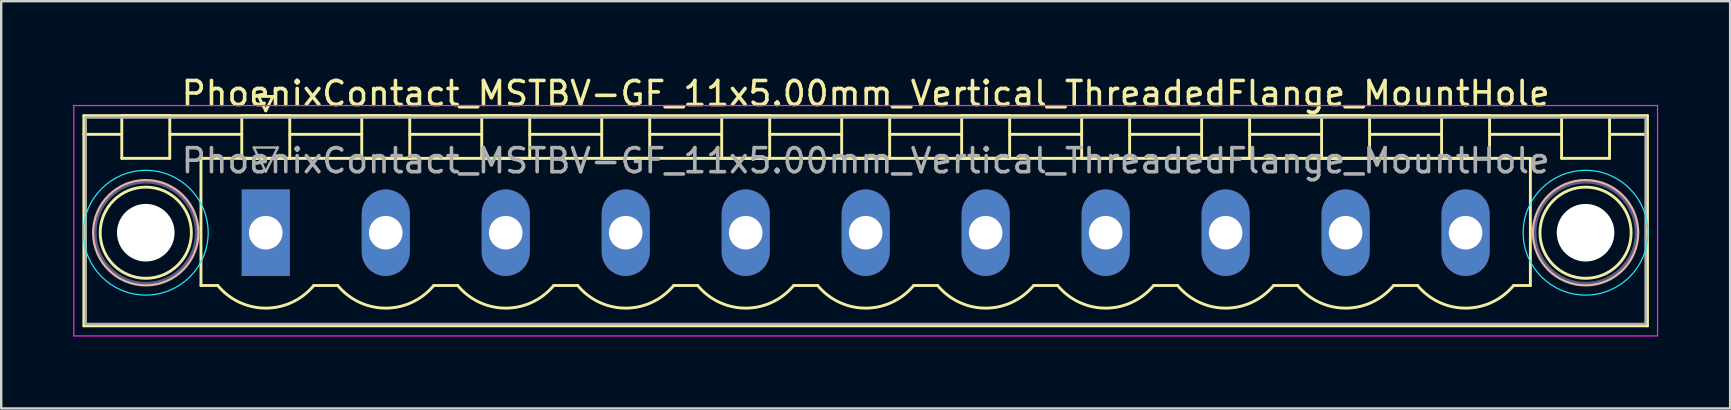
<source format=kicad_pcb>
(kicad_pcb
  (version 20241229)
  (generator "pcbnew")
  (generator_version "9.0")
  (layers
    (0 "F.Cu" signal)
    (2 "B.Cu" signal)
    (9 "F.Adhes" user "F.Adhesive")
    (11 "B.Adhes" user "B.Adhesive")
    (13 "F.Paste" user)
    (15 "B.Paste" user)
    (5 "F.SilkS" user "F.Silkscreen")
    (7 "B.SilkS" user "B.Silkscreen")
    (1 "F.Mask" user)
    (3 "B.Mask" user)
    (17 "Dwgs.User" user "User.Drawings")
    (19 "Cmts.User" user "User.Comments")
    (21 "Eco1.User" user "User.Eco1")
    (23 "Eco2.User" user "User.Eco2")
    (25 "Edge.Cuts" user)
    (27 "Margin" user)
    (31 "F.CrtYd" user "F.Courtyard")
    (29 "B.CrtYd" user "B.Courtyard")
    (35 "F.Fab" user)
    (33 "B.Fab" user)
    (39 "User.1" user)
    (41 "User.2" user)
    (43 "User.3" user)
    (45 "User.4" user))
  (footprint "PhoenixContact_MSTBV-GF_11x5.00mm_Vertical_ThreadedFlange_MountHole"
    (layer "F.Cu")
    (at 8.025 6.648)
    (property "Reference" "PhoenixContact_MSTBV-GF_11x5.00mm_Vertical_ThreadedFlange_MountHole" (at 25 -5.8 0) (layer "F.SilkS") (effects (font (size 1 1) (thickness 0.15))))
    (attr through_hole)
    (fp_line (start -7.58 -4.88) (end -7.58 3.88) (stroke (width 0.12) (type solid)) (layer "F.SilkS"))
    (fp_line (start -7.58 -4.1) (end -6.08 -4.1) (stroke (width 0.12) (type solid)) (layer "F.SilkS"))
    (fp_line (start -7.58 3.88) (end 57.58 3.88) (stroke (width 0.12) (type solid)) (layer "F.SilkS"))
    (fp_line (start -6 -4.88) (end -4 -4.88) (stroke (width 0.12) (type solid)) (layer "F.SilkS"))
    (fp_line (start -6 -3.1) (end -6 -4.88) (stroke (width 0.12) (type solid)) (layer "F.SilkS"))
    (fp_line (start -4 -4.88) (end -4 -3.1) (stroke (width 0.12) (type solid)) (layer "F.SilkS"))
    (fp_line (start -4 -4.1) (end -1 -4.1) (stroke (width 0.12) (type solid)) (layer "F.SilkS"))
    (fp_line (start -4 -3.1) (end -6 -3.1) (stroke (width 0.12) (type solid)) (layer "F.SilkS"))
    (fp_line (start -2.7 -3.1) (end 52.7 -3.1) (stroke (width 0.12) (type solid)) (layer "F.SilkS"))
    (fp_line (start -2.7 2.2) (end -2.7 -3.1) (stroke (width 0.12) (type solid)) (layer "F.SilkS"))
    (fp_line (start -2 2.2) (end -2.7 2.2) (stroke (width 0.12) (type solid)) (layer "F.SilkS"))
    (fp_line (start -1 -4.88) (end 1 -4.88) (stroke (width 0.12) (type solid)) (layer "F.SilkS"))
    (fp_line (start -1 -3.1) (end -1 -4.88) (stroke (width 0.12) (type solid)) (layer "F.SilkS"))
    (fp_line (start -0.3 -5.68) (end 0.3 -5.68) (stroke (width 0.12) (type solid)) (layer "F.SilkS"))
    (fp_line (start 0 -5.08) (end -0.3 -5.68) (stroke (width 0.12) (type solid)) (layer "F.SilkS"))
    (fp_line (start 0.3 -5.68) (end 0 -5.08) (stroke (width 0.12) (type solid)) (layer "F.SilkS"))
    (fp_line (start 1 -4.88) (end 1 -3.1) (stroke (width 0.12) (type solid)) (layer "F.SilkS"))
    (fp_line (start 1 -4.1) (end 4 -4.1) (stroke (width 0.12) (type solid)) (layer "F.SilkS"))
    (fp_line (start 1 -3.1) (end -1 -3.1) (stroke (width 0.12) (type solid)) (layer "F.SilkS"))
    (fp_line (start 2 2.2) (end 3 2.2) (stroke (width 0.12) (type solid)) (layer "F.SilkS"))
    (fp_line (start 4 -4.88) (end 6 -4.88) (stroke (width 0.12) (type solid)) (layer "F.SilkS"))
    (fp_line (start 4 -3.1) (end 4 -4.88) (stroke (width 0.12) (type solid)) (layer "F.SilkS"))
    (fp_line (start 6 -4.88) (end 6 -3.1) (stroke (width 0.12) (type solid)) (layer "F.SilkS"))
    (fp_line (start 6 -4.1) (end 9 -4.1) (stroke (width 0.12) (type solid)) (layer "F.SilkS"))
    (fp_line (start 6 -3.1) (end 4 -3.1) (stroke (width 0.12) (type solid)) (layer "F.SilkS"))
    (fp_line (start 7 2.2) (end 8 2.2) (stroke (width 0.12) (type solid)) (layer "F.SilkS"))
    (fp_line (start 9 -4.88) (end 11 -4.88) (stroke (width 0.12) (type solid)) (layer "F.SilkS"))
    (fp_line (start 9 -3.1) (end 9 -4.88) (stroke (width 0.12) (type solid)) (layer "F.SilkS"))
    (fp_line (start 11 -4.88) (end 11 -3.1) (stroke (width 0.12) (type solid)) (layer "F.SilkS"))
    (fp_line (start 11 -4.1) (end 14 -4.1) (stroke (width 0.12) (type solid)) (layer "F.SilkS"))
    (fp_line (start 11 -3.1) (end 9 -3.1) (stroke (width 0.12) (type solid)) (layer "F.SilkS"))
    (fp_line (start 12 2.2) (end 13 2.2) (stroke (width 0.12) (type solid)) (layer "F.SilkS"))
    (fp_line (start 14 -4.88) (end 16 -4.88) (stroke (width 0.12) (type solid)) (layer "F.SilkS"))
    (fp_line (start 14 -3.1) (end 14 -4.88) (stroke (width 0.12) (type solid)) (layer "F.SilkS"))
    (fp_line (start 16 -4.88) (end 16 -3.1) (stroke (width 0.12) (type solid)) (layer "F.SilkS"))
    (fp_line (start 16 -4.1) (end 19 -4.1) (stroke (width 0.12) (type solid)) (layer "F.SilkS"))
    (fp_line (start 16 -3.1) (end 14 -3.1) (stroke (width 0.12) (type solid)) (layer "F.SilkS"))
    (fp_line (start 17 2.2) (end 18 2.2) (stroke (width 0.12) (type solid)) (layer "F.SilkS"))
    (fp_line (start 19 -4.88) (end 21 -4.88) (stroke (width 0.12) (type solid)) (layer "F.SilkS"))
    (fp_line (start 19 -3.1) (end 19 -4.88) (stroke (width 0.12) (type solid)) (layer "F.SilkS"))
    (fp_line (start 21 -4.88) (end 21 -3.1) (stroke (width 0.12) (type solid)) (layer "F.SilkS"))
    (fp_line (start 21 -4.1) (end 24 -4.1) (stroke (width 0.12) (type solid)) (layer "F.SilkS"))
    (fp_line (start 21 -3.1) (end 19 -3.1) (stroke (width 0.12) (type solid)) (layer "F.SilkS"))
    (fp_line (start 22 2.2) (end 23 2.2) (stroke (width 0.12) (type solid)) (layer "F.SilkS"))
    (fp_line (start 24 -4.88) (end 26 -4.88) (stroke (width 0.12) (type solid)) (layer "F.SilkS"))
    (fp_line (start 24 -3.1) (end 24 -4.88) (stroke (width 0.12) (type solid)) (layer "F.SilkS"))
    (fp_line (start 26 -4.88) (end 26 -3.1) (stroke (width 0.12) (type solid)) (layer "F.SilkS"))
    (fp_line (start 26 -4.1) (end 29 -4.1) (stroke (width 0.12) (type solid)) (layer "F.SilkS"))
    (fp_line (start 26 -3.1) (end 24 -3.1) (stroke (width 0.12) (type solid)) (layer "F.SilkS"))
    (fp_line (start 27 2.2) (end 28 2.2) (stroke (width 0.12) (type solid)) (layer "F.SilkS"))
    (fp_line (start 29 -4.88) (end 31 -4.88) (stroke (width 0.12) (type solid)) (layer "F.SilkS"))
    (fp_line (start 29 -3.1) (end 29 -4.88) (stroke (width 0.12) (type solid)) (layer "F.SilkS"))
    (fp_line (start 31 -4.88) (end 31 -3.1) (stroke (width 0.12) (type solid)) (layer "F.SilkS"))
    (fp_line (start 31 -4.1) (end 34 -4.1) (stroke (width 0.12) (type solid)) (layer "F.SilkS"))
    (fp_line (start 31 -3.1) (end 29 -3.1) (stroke (width 0.12) (type solid)) (layer "F.SilkS"))
    (fp_line (start 32 2.2) (end 33 2.2) (stroke (width 0.12) (type solid)) (layer "F.SilkS"))
    (fp_line (start 34 -4.88) (end 36 -4.88) (stroke (width 0.12) (type solid)) (layer "F.SilkS"))
    (fp_line (start 34 -3.1) (end 34 -4.88) (stroke (width 0.12) (type solid)) (layer "F.SilkS"))
    (fp_line (start 36 -4.88) (end 36 -3.1) (stroke (width 0.12) (type solid)) (layer "F.SilkS"))
    (fp_line (start 36 -4.1) (end 39 -4.1) (stroke (width 0.12) (type solid)) (layer "F.SilkS"))
    (fp_line (start 36 -3.1) (end 34 -3.1) (stroke (width 0.12) (type solid)) (layer "F.SilkS"))
    (fp_line (start 37 2.2) (end 38 2.2) (stroke (width 0.12) (type solid)) (layer "F.SilkS"))
    (fp_line (start 39 -4.88) (end 41 -4.88) (stroke (width 0.12) (type solid)) (layer "F.SilkS"))
    (fp_line (start 39 -3.1) (end 39 -4.88) (stroke (width 0.12) (type solid)) (layer "F.SilkS"))
    (fp_line (start 41 -4.88) (end 41 -3.1) (stroke (width 0.12) (type solid)) (layer "F.SilkS"))
    (fp_line (start 41 -4.1) (end 44 -4.1) (stroke (width 0.12) (type solid)) (layer "F.SilkS"))
    (fp_line (start 41 -3.1) (end 39 -3.1) (stroke (width 0.12) (type solid)) (layer "F.SilkS"))
    (fp_line (start 42 2.2) (end 43 2.2) (stroke (width 0.12) (type solid)) (layer "F.SilkS"))
    (fp_line (start 44 -4.88) (end 46 -4.88) (stroke (width 0.12) (type solid)) (layer "F.SilkS"))
    (fp_line (start 44 -3.1) (end 44 -4.88) (stroke (width 0.12) (type solid)) (layer "F.SilkS"))
    (fp_line (start 46 -4.88) (end 46 -3.1) (stroke (width 0.12) (type solid)) (layer "F.SilkS"))
    (fp_line (start 46 -4.1) (end 49 -4.1) (stroke (width 0.12) (type solid)) (layer "F.SilkS"))
    (fp_line (start 46 -3.1) (end 44 -3.1) (stroke (width 0.12) (type solid)) (layer "F.SilkS"))
    (fp_line (start 47 2.2) (end 48 2.2) (stroke (width 0.12) (type solid)) (layer "F.SilkS"))
    (fp_line (start 49 -4.88) (end 51 -4.88) (stroke (width 0.12) (type solid)) (layer "F.SilkS"))
    (fp_line (start 49 -3.1) (end 49 -4.88) (stroke (width 0.12) (type solid)) (layer "F.SilkS"))
    (fp_line (start 51 -4.88) (end 51 -3.1) (stroke (width 0.12) (type solid)) (layer "F.SilkS"))
    (fp_line (start 51 -4.1) (end 54 -4.1) (stroke (width 0.12) (type solid)) (layer "F.SilkS"))
    (fp_line (start 51 -3.1) (end 49 -3.1) (stroke (width 0.12) (type solid)) (layer "F.SilkS"))
    (fp_line (start 52.7 -3.1) (end 52.7 2.2) (stroke (width 0.12) (type solid)) (layer "F.SilkS"))
    (fp_line (start 52.7 2.2) (end 52 2.2) (stroke (width 0.12) (type solid)) (layer "F.SilkS"))
    (fp_line (start 54 -4.88) (end 56 -4.88) (stroke (width 0.12) (type solid)) (layer "F.SilkS"))
    (fp_line (start 54 -3.1) (end 54 -4.88) (stroke (width 0.12) (type solid)) (layer "F.SilkS"))
    (fp_line (start 56 -4.88) (end 56 -3.1) (stroke (width 0.12) (type solid)) (layer "F.SilkS"))
    (fp_line (start 56 -3.1) (end 54 -3.1) (stroke (width 0.12) (type solid)) (layer "F.SilkS"))
    (fp_line (start 57.58 -4.88) (end -7.58 -4.88) (stroke (width 0.12) (type solid)) (layer "F.SilkS"))
    (fp_line (start 57.58 -4.1) (end 56.08 -4.1) (stroke (width 0.12) (type solid)) (layer "F.SilkS"))
    (fp_line (start 57.58 3.88) (end 57.58 -4.88) (stroke (width 0.12) (type solid)) (layer "F.SilkS"))
    (fp_arc (start 1.986842 2.215821) (mid -0.010289 3.142758) (end -2 2.2) (stroke (width 0.12) (type solid)) (layer "F.SilkS"))
    (fp_arc (start 6.986842 2.215821) (mid 4.989711 3.142758) (end 3 2.2) (stroke (width 0.12) (type solid)) (layer "F.SilkS"))
    (fp_arc (start 11.986842 2.215821) (mid 9.989711 3.142758) (end 8 2.2) (stroke (width 0.12) (type solid)) (layer "F.SilkS"))
    (fp_arc (start 16.986842 2.215821) (mid 14.989711 3.142758) (end 13 2.2) (stroke (width 0.12) (type solid)) (layer "F.SilkS"))
    (fp_arc (start 21.986842 2.215821) (mid 19.989711 3.142758) (end 18 2.2) (stroke (width 0.12) (type solid)) (layer "F.SilkS"))
    (fp_arc (start 26.986842 2.215821) (mid 24.989711 3.142758) (end 23 2.2) (stroke (width 0.12) (type solid)) (layer "F.SilkS"))
    (fp_arc (start 31.986842 2.215821) (mid 29.989711 3.142758) (end 28 2.2) (stroke (width 0.12) (type solid)) (layer "F.SilkS"))
    (fp_arc (start 36.986842 2.215821) (mid 34.989711 3.142758) (end 33 2.2) (stroke (width 0.12) (type solid)) (layer "F.SilkS"))
    (fp_arc (start 41.986842 2.215821) (mid 39.989711 3.142758) (end 38 2.2) (stroke (width 0.12) (type solid)) (layer "F.SilkS"))
    (fp_arc (start 46.986842 2.215821) (mid 44.989711 3.142758) (end 43 2.2) (stroke (width 0.12) (type solid)) (layer "F.SilkS"))
    (fp_arc (start 51.986842 2.215821) (mid 49.989711 3.142758) (end 48 2.2) (stroke (width 0.12) (type solid)) (layer "F.SilkS"))
    (fp_circle (center -5 0) (end -3.1 0) (stroke (width 0.12) (type solid)) (fill no) (layer "F.SilkS"))
    (fp_circle (center 55 0) (end 56.9 0) (stroke (width 0.12) (type solid)) (fill no) (layer "F.SilkS"))
    (fp_circle (center -5 0) (end -2.82 0) (stroke (width 0.12) (type solid)) (fill no) (layer "B.SilkS"))
    (fp_circle (center 55 0) (end 57.18 0) (stroke (width 0.12) (type solid)) (fill no) (layer "B.SilkS"))
    (fp_circle (center -5 0) (end -2.4 0) (stroke (width 0.05) (type solid)) (fill no) (layer "B.CrtYd"))
    (fp_circle (center 55 0) (end 57.6 0) (stroke (width 0.05) (type solid)) (fill no) (layer "B.CrtYd"))
    (fp_line (start -8 -5.3) (end -8 4.3) (stroke (width 0.05) (type solid)) (layer "F.CrtYd"))
    (fp_line (start -8 4.3) (end 58 4.3) (stroke (width 0.05) (type solid)) (layer "F.CrtYd"))
    (fp_line (start 58 -5.3) (end -8 -5.3) (stroke (width 0.05) (type solid)) (layer "F.CrtYd"))
    (fp_line (start 58 4.3) (end 58 -5.3) (stroke (width 0.05) (type solid)) (layer "F.CrtYd"))
    (fp_circle (center -5 0) (end -2.9 0) (stroke (width 0.1) (type solid)) (fill no) (layer "B.Fab"))
    (fp_circle (center 55 0) (end 57.1 0) (stroke (width 0.1) (type solid)) (fill no) (layer "B.Fab"))
    (fp_line (start -7.5 -4.8) (end -7.5 3.8) (stroke (width 0.1) (type solid)) (layer "F.Fab"))
    (fp_line (start -7.5 3.8) (end 57.5 3.8) (stroke (width 0.1) (type solid)) (layer "F.Fab"))
    (fp_line (start -0.5 -3.55) (end 0.5 -3.55) (stroke (width 0.1) (type solid)) (layer "F.Fab"))
    (fp_line (start 0 -2.55) (end -0.5 -3.55) (stroke (width 0.1) (type solid)) (layer "F.Fab"))
    (fp_line (start 0.5 -3.55) (end 0 -2.55) (stroke (width 0.1) (type solid)) (layer "F.Fab"))
    (fp_line (start 57.5 -4.8) (end -7.5 -4.8) (stroke (width 0.1) (type solid)) (layer "F.Fab"))
    (fp_line (start 57.5 3.8) (end 57.5 -4.8) (stroke (width 0.1) (type solid)) (layer "F.Fab"))
    (fp_text user "${REFERENCE}" (at 25 -3 0) (layer "F.Fab") (effects (font (size 1 1) (thickness 0.15))))
    (pad "" np_thru_hole circle (at -5 0) (size 2.4 2.4) (drill 2.4) (layers "*.Cu" "*.Mask"))
    (pad "" np_thru_hole circle (at 55 0) (size 2.4 2.4) (drill 2.4) (layers "*.Cu" "*.Mask"))
    (pad "1" thru_hole rect (at 0 0) (size 2 3.6) (drill 1.4) (layers "*.Cu" "*.Mask"))
    (pad "2" thru_hole oval (at 5 0) (size 2 3.6) (drill 1.4) (layers "*.Cu" "*.Mask"))
    (pad "3" thru_hole oval (at 10 0) (size 2 3.6) (drill 1.4) (layers "*.Cu" "*.Mask"))
    (pad "4" thru_hole oval (at 15 0) (size 2 3.6) (drill 1.4) (layers "*.Cu" "*.Mask"))
    (pad "5" thru_hole oval (at 20 0) (size 2 3.6) (drill 1.4) (layers "*.Cu" "*.Mask"))
    (pad "6" thru_hole oval (at 25 0) (size 2 3.6) (drill 1.4) (layers "*.Cu" "*.Mask"))
    (pad "7" thru_hole oval (at 30 0) (size 2 3.6) (drill 1.4) (layers "*.Cu" "*.Mask"))
    (pad "8" thru_hole oval (at 35 0) (size 2 3.6) (drill 1.4) (layers "*.Cu" "*.Mask"))
    (pad "9" thru_hole oval (at 40 0) (size 2 3.6) (drill 1.4) (layers "*.Cu" "*.Mask"))
    (pad "10" thru_hole oval (at 45 0) (size 2 3.6) (drill 1.4) (layers "*.Cu" "*.Mask"))
    (pad "11" thru_hole oval (at 50 0) (size 2 3.6) (drill 1.4) (layers "*.Cu" "*.Mask")))
  (gr_rect
    (start -3 -3)
    (end 69.05 13.973)
    (stroke (width 0.1) (type default))
    (fill no)
    (layer "Edge.Cuts")))
</source>
